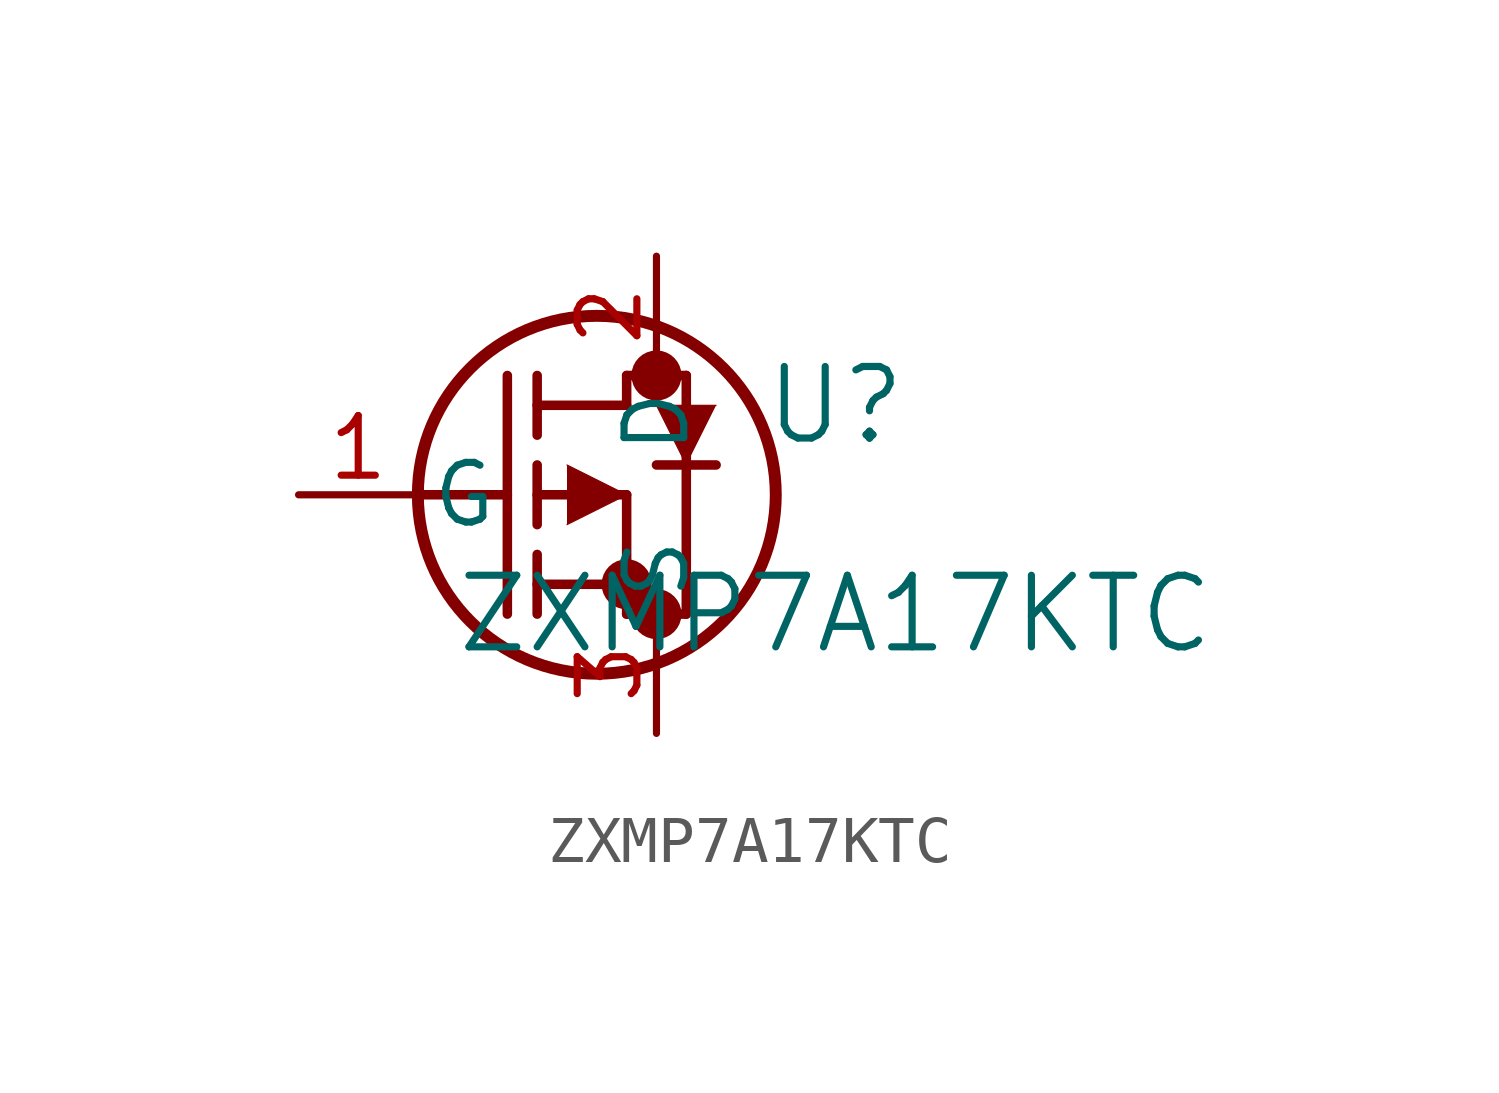
<source format=kicad_sym>
(kicad_symbol_lib
  (version 20211014)
  (generator kicad_symbol_editor)
  (symbol "ZXMP7A17KTC"
    (pin_names
      (offset 0.254))
    (property "Reference" "U"
      (at 11.43 1.905 0)
      (effects (font (size 1.524 1.524))))
    (property "Value" "ZXMP7A17KTC"
      (at 11.43 -2.54 0)
      (effects (font (size 1.524 1.524))))
    (symbol "ZXMP7A17KTC_0_1"
      (circle (center 7.62 2.54) (radius 0.025) (stroke (width 0.508) (type default) (color 0 0 0 0)) (fill (type none)))
      (circle (center 7.62 -2.54) (radius 0.025) (stroke (width 0.508) (type default) (color 0 0 0 0)) (fill (type none)))
      (circle (center 6.985 -1.905) (radius 0.025) (stroke (width 0.508) (type default) (color 0 0 0 0)) (fill (type none)))
      (circle (center 6.35 0) (radius 3.81) (stroke (width 0.254) (type default) (color 0 0 0 0)) (fill (type none)))
      (polyline (pts (xy 2.54 0) (xy 4.445 0)) (stroke (width 0.203) (type default) (color 0 0 0 0)) (fill (type none)))
      (polyline (pts (xy 4.445 -2.54) (xy 4.445 2.54)) (stroke (width 0.203) (type default) (color 0 0 0 0)) (fill (type none)))
      (polyline (pts (xy 5.08 -0.635) (xy 5.08 0.635)) (stroke (width 0.203) (type default) (color 0 0 0 0)) (fill (type none)))
      (polyline (pts (xy 5.08 -2.54) (xy 5.08 -1.27)) (stroke (width 0.203) (type default) (color 0 0 0 0)) (fill (type none)))
      (polyline (pts (xy 5.08 1.27) (xy 5.08 2.54)) (stroke (width 0.203) (type default) (color 0 0 0 0)) (fill (type none)))
      (polyline (pts (xy 5.08 0) (xy 6.985 0)) (stroke (width 0.203) (type default) (color 0 0 0 0)) (fill (type none)))
      (polyline (pts (xy 5.08 -1.905) (xy 6.985 -1.905)) (stroke (width 0.203) (type default) (color 0 0 0 0)) (fill (type none)))
      (polyline (pts (xy 6.985 -2.54) (xy 6.985 0)) (stroke (width 0.203) (type default) (color 0 0 0 0)) (fill (type none)))
      (polyline (pts (xy 6.985 -2.54) (xy 8.255 -2.54)) (stroke (width 0.203) (type default) (color 0 0 0 0)) (fill (type none)))
      (polyline (pts (xy 5.08 1.905) (xy 6.985 1.905)) (stroke (width 0.203) (type default) (color 0 0 0 0)) (fill (type none)))
      (polyline (pts (xy 8.255 0.635) (xy 8.255 2.54)) (stroke (width 0.203) (type default) (color 0 0 0 0)) (fill (type none)))
      (polyline (pts (xy 5.715 0.635) (xy 6.985 0) (xy 5.715 -0.635)) (stroke (width 0.025) (type default) (color 0 0 0 0)) (fill (type outline)))
      (polyline (pts (xy 8.89 1.905) (xy 7.62 1.905) (xy 8.255 0.635)) (stroke (width 0.025) (type default) (color 0 0 0 0)) (fill (type outline)))
      (polyline (pts (xy 8.255 -2.54) (xy 8.255 0.635)) (stroke (width 0.203) (type default) (color 0 0 0 0)) (fill (type none)))
      (polyline (pts (xy 8.89 0.635) (xy 7.62 0.635)) (stroke (width 0.203) (type default) (color 0 0 0 0)) (fill (type none)))
      (polyline (pts (xy 6.985 2.54) (xy 8.255 2.54)) (stroke (width 0.203) (type default) (color 0 0 0 0)) (fill (type none)))
      (polyline (pts (xy 6.985 1.905) (xy 6.985 2.54)) (stroke (width 0.203) (type default) (color 0 0 0 0)) (fill (type none)))
      (pin power_out line (at 0 0 0) (length 2.54) (name "G" (effects (font (size 1.27 1.27)))) (number "1" (effects (font (size 1.27 1.27)))))
      (pin output line (at 7.62 5.08 270) (length 2.54) (name "D" (effects (font (size 1.27 1.27)))) (number "2" (effects (font (size 1.27 1.27)))))
      (pin input line (at 7.62 -5.08 90) (length 2.54) (name "S" (effects (font (size 1.27 1.27)))) (number "3" (effects (font (size 1.27 1.27))))))))
</source>
